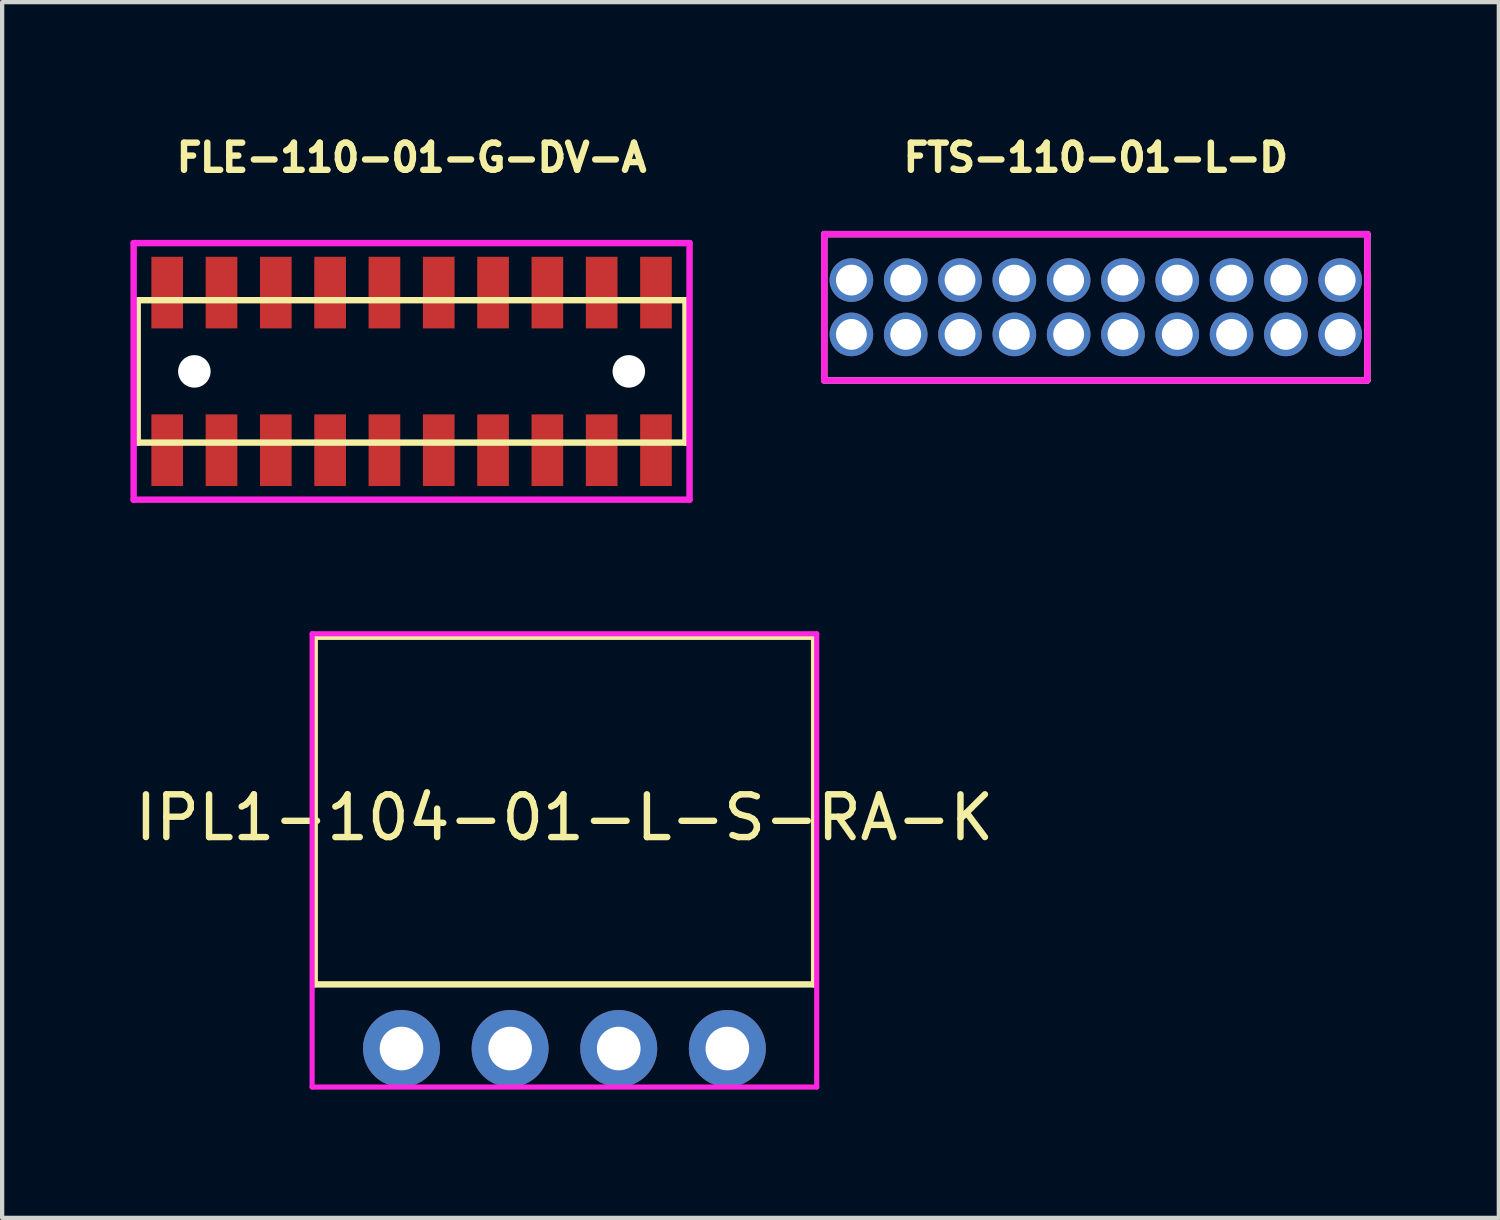
<source format=kicad_pcb>
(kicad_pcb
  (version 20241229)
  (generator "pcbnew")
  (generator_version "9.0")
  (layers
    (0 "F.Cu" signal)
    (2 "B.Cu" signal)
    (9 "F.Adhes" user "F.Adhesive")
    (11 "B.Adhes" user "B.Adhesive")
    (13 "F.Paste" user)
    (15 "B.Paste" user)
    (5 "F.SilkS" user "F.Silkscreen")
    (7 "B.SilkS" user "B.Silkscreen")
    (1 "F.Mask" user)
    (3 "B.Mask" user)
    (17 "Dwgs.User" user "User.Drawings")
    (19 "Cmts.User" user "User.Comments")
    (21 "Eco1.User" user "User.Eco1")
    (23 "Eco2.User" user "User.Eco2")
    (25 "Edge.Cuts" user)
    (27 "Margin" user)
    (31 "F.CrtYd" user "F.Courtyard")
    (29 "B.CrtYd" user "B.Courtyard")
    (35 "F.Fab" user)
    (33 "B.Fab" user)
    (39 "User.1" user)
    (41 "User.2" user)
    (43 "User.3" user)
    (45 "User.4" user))
  (footprint "FLE-110-01-G-DV-A"
    (layer "F.Cu")
    (at 6.575 5.635)
    (property "Reference" "FLE-110-01-G-DV-A" (at 0 -5 0) (layer "F.SilkS") (effects (font (size 0.635 0.635) (thickness 0.15))))
    (attr through_hole)
    (fp_line (start -6.405 -1.665) (end 6.405 -1.665) (stroke (width 0.15) (type solid)) (layer "F.SilkS"))
    (fp_line (start -6.405 1.665) (end -6.405 -1.665) (stroke (width 0.15) (type solid)) (layer "F.SilkS"))
    (fp_line (start 6.405 -1.665) (end 6.405 1.665) (stroke (width 0.15) (type solid)) (layer "F.SilkS"))
    (fp_line (start 6.405 1.665) (end -6.405 1.665) (stroke (width 0.15) (type solid)) (layer "F.SilkS"))
    (fp_line (start -6.5 -3) (end 6.5 -3) (stroke (width 0.15) (type solid)) (layer "F.CrtYd"))
    (fp_line (start -6.5 3) (end -6.5 -3) (stroke (width 0.15) (type solid)) (layer "F.CrtYd"))
    (fp_line (start 6.5 -3) (end 6.5 3) (stroke (width 0.15) (type solid)) (layer "F.CrtYd"))
    (fp_line (start 6.5 3) (end -6.5 3) (stroke (width 0.15) (type solid)) (layer "F.CrtYd"))
    (pad "" np_thru_hole circle (at -5.08 0) (size 0.76 0.76) (drill 0.76) (layers "*.Cu" "*.Mask"))
    (pad "" np_thru_hole circle (at 5.08 0) (size 0.76 0.76) (drill 0.76) (layers "*.Cu" "*.Mask"))
    (pad "1" smd rect (at -5.715 -1.843) (size 0.74 1.675) (layers "F.Cu" "F.Mask" "F.Paste"))
    (pad "2" smd rect (at -5.715 1.843) (size 0.74 1.675) (layers "F.Cu" "F.Mask" "F.Paste"))
    (pad "3" smd rect (at -4.445 -1.843) (size 0.74 1.675) (layers "F.Cu" "F.Mask" "F.Paste"))
    (pad "4" smd rect (at -4.445 1.843) (size 0.74 1.675) (layers "F.Cu" "F.Mask" "F.Paste"))
    (pad "5" smd rect (at -3.175 -1.843) (size 0.74 1.675) (layers "F.Cu" "F.Mask" "F.Paste"))
    (pad "6" smd rect (at -3.175 1.843) (size 0.74 1.675) (layers "F.Cu" "F.Mask" "F.Paste"))
    (pad "7" smd rect (at -1.905 -1.843) (size 0.74 1.675) (layers "F.Cu" "F.Mask" "F.Paste"))
    (pad "8" smd rect (at -1.905 1.843) (size 0.74 1.675) (layers "F.Cu" "F.Mask" "F.Paste"))
    (pad "9" smd rect (at -0.635 -1.843) (size 0.74 1.675) (layers "F.Cu" "F.Mask" "F.Paste"))
    (pad "10" smd rect (at -0.635 1.843) (size 0.74 1.675) (layers "F.Cu" "F.Mask" "F.Paste"))
    (pad "11" smd rect (at 0.635 -1.843) (size 0.74 1.675) (layers "F.Cu" "F.Mask" "F.Paste"))
    (pad "12" smd rect (at 0.635 1.843) (size 0.74 1.675) (layers "F.Cu" "F.Mask" "F.Paste"))
    (pad "13" smd rect (at 1.905 -1.843) (size 0.74 1.675) (layers "F.Cu" "F.Mask" "F.Paste"))
    (pad "14" smd rect (at 1.905 1.843) (size 0.74 1.675) (layers "F.Cu" "F.Mask" "F.Paste"))
    (pad "15" smd rect (at 3.175 -1.843) (size 0.74 1.675) (layers "F.Cu" "F.Mask" "F.Paste"))
    (pad "16" smd rect (at 3.175 1.843) (size 0.74 1.675) (layers "F.Cu" "F.Mask" "F.Paste"))
    (pad "17" smd rect (at 4.445 -1.843) (size 0.74 1.675) (layers "F.Cu" "F.Mask" "F.Paste"))
    (pad "18" smd rect (at 4.445 1.843) (size 0.74 1.675) (layers "F.Cu" "F.Mask" "F.Paste"))
    (pad "19" smd rect (at 5.715 -1.843) (size 0.74 1.675) (layers "F.Cu" "F.Mask" "F.Paste"))
    (pad "20" smd rect (at 5.715 1.843) (size 0.74 1.675) (layers "F.Cu" "F.Mask" "F.Paste")))
  (footprint "IPL1-104-01-L-S-RA-K"
    (layer "F.Cu")
    (at 10.149 21.47)
    (property "Reference" "IPL1-104-01-L-S-RA-K" (at 0 -5.4 0) (layer "F.SilkS") (effects (font (size 1 1) (thickness 0.15))))
    (attr through_hole)
    (fp_line (start -5.84 -9.63) (end 5.84 -9.63) (stroke (width 0.15) (type solid)) (layer "F.SilkS"))
    (fp_line (start -5.84 -1.5) (end -5.84 -9.63) (stroke (width 0.15) (type solid)) (layer "F.SilkS"))
    (fp_line (start 5.84 -9.63) (end 5.84 -1.5) (stroke (width 0.15) (type solid)) (layer "F.SilkS"))
    (fp_line (start 5.84 -1.5) (end -5.84 -1.5) (stroke (width 0.15) (type solid)) (layer "F.SilkS"))
    (fp_line (start -5.9 -9.7) (end -5.9 0.9) (stroke (width 0.12) (type solid)) (layer "F.CrtYd"))
    (fp_line (start -5.9 0.9) (end 5.9 0.9) (stroke (width 0.12) (type solid)) (layer "F.CrtYd"))
    (fp_line (start 5.9 -9.7) (end -5.9 -9.7) (stroke (width 0.12) (type solid)) (layer "F.CrtYd"))
    (fp_line (start 5.9 0.9) (end 5.9 -9.7) (stroke (width 0.12) (type solid)) (layer "F.CrtYd"))
    (pad "1" thru_hole circle (at -3.81 0) (size 1.8 1.8) (drill 1.02) (layers "*.Cu" "*.Mask"))
    (pad "2" thru_hole circle (at -1.27 0) (size 1.8 1.8) (drill 1.02) (layers "*.Cu" "*.Mask"))
    (pad "3" thru_hole circle (at 1.27 0) (size 1.8 1.8) (drill 1.02) (layers "*.Cu" "*.Mask"))
    (pad "4" thru_hole circle (at 3.81 0) (size 1.8 1.8) (drill 1.02) (layers "*.Cu" "*.Mask")))
  (footprint "FTS-110-01-L-D"
    (layer "F.Cu")
    (at 22.575 4.135)
    (property "Reference" "FTS-110-01-L-D" (at 0 -3.5 0) (layer "F.SilkS") (effects (font (size 0.635 0.635) (thickness 0.15))))
    (attr through_hole)
    (fp_line (start -6.35 -1.71) (end 6.35 -1.71) (stroke (width 0.15) (type solid)) (layer "F.SilkS"))
    (fp_line (start -6.35 1.71) (end -6.35 -1.71) (stroke (width 0.15) (type solid)) (layer "F.SilkS"))
    (fp_line (start 6.35 -1.71) (end 6.35 1.71) (stroke (width 0.15) (type solid)) (layer "F.SilkS"))
    (fp_line (start 6.35 1.71) (end -6.35 1.71) (stroke (width 0.15) (type solid)) (layer "F.SilkS"))
    (fp_line (start -6.35 -1.71) (end 6.35 -1.71) (stroke (width 0.15) (type solid)) (layer "F.CrtYd"))
    (fp_line (start -6.35 1.71) (end -6.35 -1.71) (stroke (width 0.15) (type solid)) (layer "F.CrtYd"))
    (fp_line (start 6.35 -1.71) (end 6.35 1.71) (stroke (width 0.15) (type solid)) (layer "F.CrtYd"))
    (fp_line (start 6.35 1.71) (end -6.35 1.71) (stroke (width 0.15) (type solid)) (layer "F.CrtYd"))
    (pad "1" thru_hole circle (at -5.715 -0.635) (size 1.02 1.02) (drill 0.72) (layers "*.Cu" "*.Mask"))
    (pad "2" thru_hole circle (at -5.715 0.635) (size 1.02 1.02) (drill 0.72) (layers "*.Cu" "*.Mask"))
    (pad "3" thru_hole circle (at -4.445 -0.635) (size 1.02 1.02) (drill 0.72) (layers "*.Cu" "*.Mask"))
    (pad "4" thru_hole circle (at -4.445 0.635) (size 1.02 1.02) (drill 0.72) (layers "*.Cu" "*.Mask"))
    (pad "5" thru_hole circle (at -3.175 -0.635) (size 1.02 1.02) (drill 0.72) (layers "*.Cu" "*.Mask"))
    (pad "6" thru_hole circle (at -3.175 0.635) (size 1.02 1.02) (drill 0.72) (layers "*.Cu" "*.Mask"))
    (pad "7" thru_hole circle (at -1.905 -0.635) (size 1.02 1.02) (drill 0.72) (layers "*.Cu" "*.Mask"))
    (pad "8" thru_hole circle (at -1.905 0.635) (size 1.02 1.02) (drill 0.72) (layers "*.Cu" "*.Mask"))
    (pad "9" thru_hole circle (at -0.635 -0.635) (size 1.02 1.02) (drill 0.72) (layers "*.Cu" "*.Mask"))
    (pad "10" thru_hole circle (at -0.635 0.635) (size 1.02 1.02) (drill 0.72) (layers "*.Cu" "*.Mask"))
    (pad "11" thru_hole circle (at 0.635 -0.635) (size 1.02 1.02) (drill 0.72) (layers "*.Cu" "*.Mask"))
    (pad "12" thru_hole circle (at 0.635 0.635) (size 1.02 1.02) (drill 0.72) (layers "*.Cu" "*.Mask"))
    (pad "13" thru_hole circle (at 1.905 -0.635) (size 1.02 1.02) (drill 0.72) (layers "*.Cu" "*.Mask"))
    (pad "14" thru_hole circle (at 1.905 0.635) (size 1.02 1.02) (drill 0.72) (layers "*.Cu" "*.Mask"))
    (pad "15" thru_hole circle (at 3.175 -0.635) (size 1.02 1.02) (drill 0.72) (layers "*.Cu" "*.Mask"))
    (pad "16" thru_hole circle (at 3.175 0.635) (size 1.02 1.02) (drill 0.72) (layers "*.Cu" "*.Mask"))
    (pad "17" thru_hole circle (at 4.445 -0.635) (size 1.02 1.02) (drill 0.72) (layers "*.Cu" "*.Mask"))
    (pad "18" thru_hole circle (at 4.445 0.635) (size 1.02 1.02) (drill 0.72) (layers "*.Cu" "*.Mask"))
    (pad "19" thru_hole circle (at 5.715 -0.635) (size 1.02 1.02) (drill 0.72) (layers "*.Cu" "*.Mask"))
    (pad "20" thru_hole circle (at 5.715 0.635) (size 1.02 1.02) (drill 0.72) (layers "*.Cu" "*.Mask")))
  (gr_rect
    (start -3 -3)
    (end 32 25.43)
    (stroke (width 0.1) (type default))
    (fill no)
    (layer "Edge.Cuts")))
</source>
